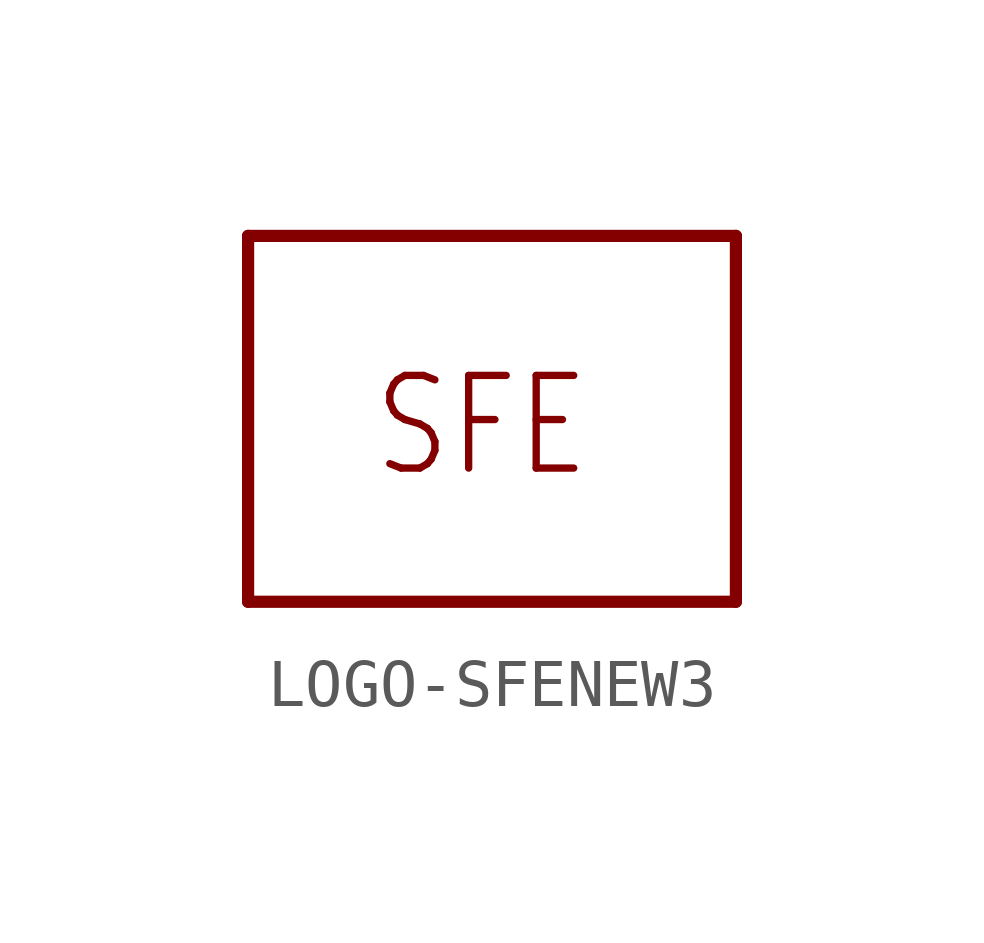
<source format=kicad_sym>
(kicad_symbol_lib
  (version 20211014)
  (generator kicad_symbol_editor)
  (symbol "LOGO-SFENEW3"
    (property "Reference" "JP"
      (at 0 0 0)
      (effects (font (size 1.27 1.27)) hide))
    (property "ki_locked" ""
      (at 0 0 0)
      (effects (font (size 1.27 1.27))))
    (symbol "LOGO-SFENEW3_1_0"
      (polyline (pts (xy -2.54 -2.54) (xy 7.62 -2.54)) (stroke (width 0.254) (type default) (color 0 0 0 0)) (fill (type none)))
      (polyline (pts (xy -2.54 5.08) (xy -2.54 -2.54)) (stroke (width 0.254) (type default) (color 0 0 0 0)) (fill (type none)))
      (polyline (pts (xy 7.62 -2.54) (xy 7.62 5.08)) (stroke (width 0.254) (type default) (color 0 0 0 0)) (fill (type none)))
      (polyline (pts (xy 7.62 5.08) (xy -2.54 5.08)) (stroke (width 0.254) (type default) (color 0 0 0 0)) (fill (type none)))
      (text "SFE" (at 0 0 0) (effects (font (size 1.93 1.641)) (justify left bottom))))))
</source>
